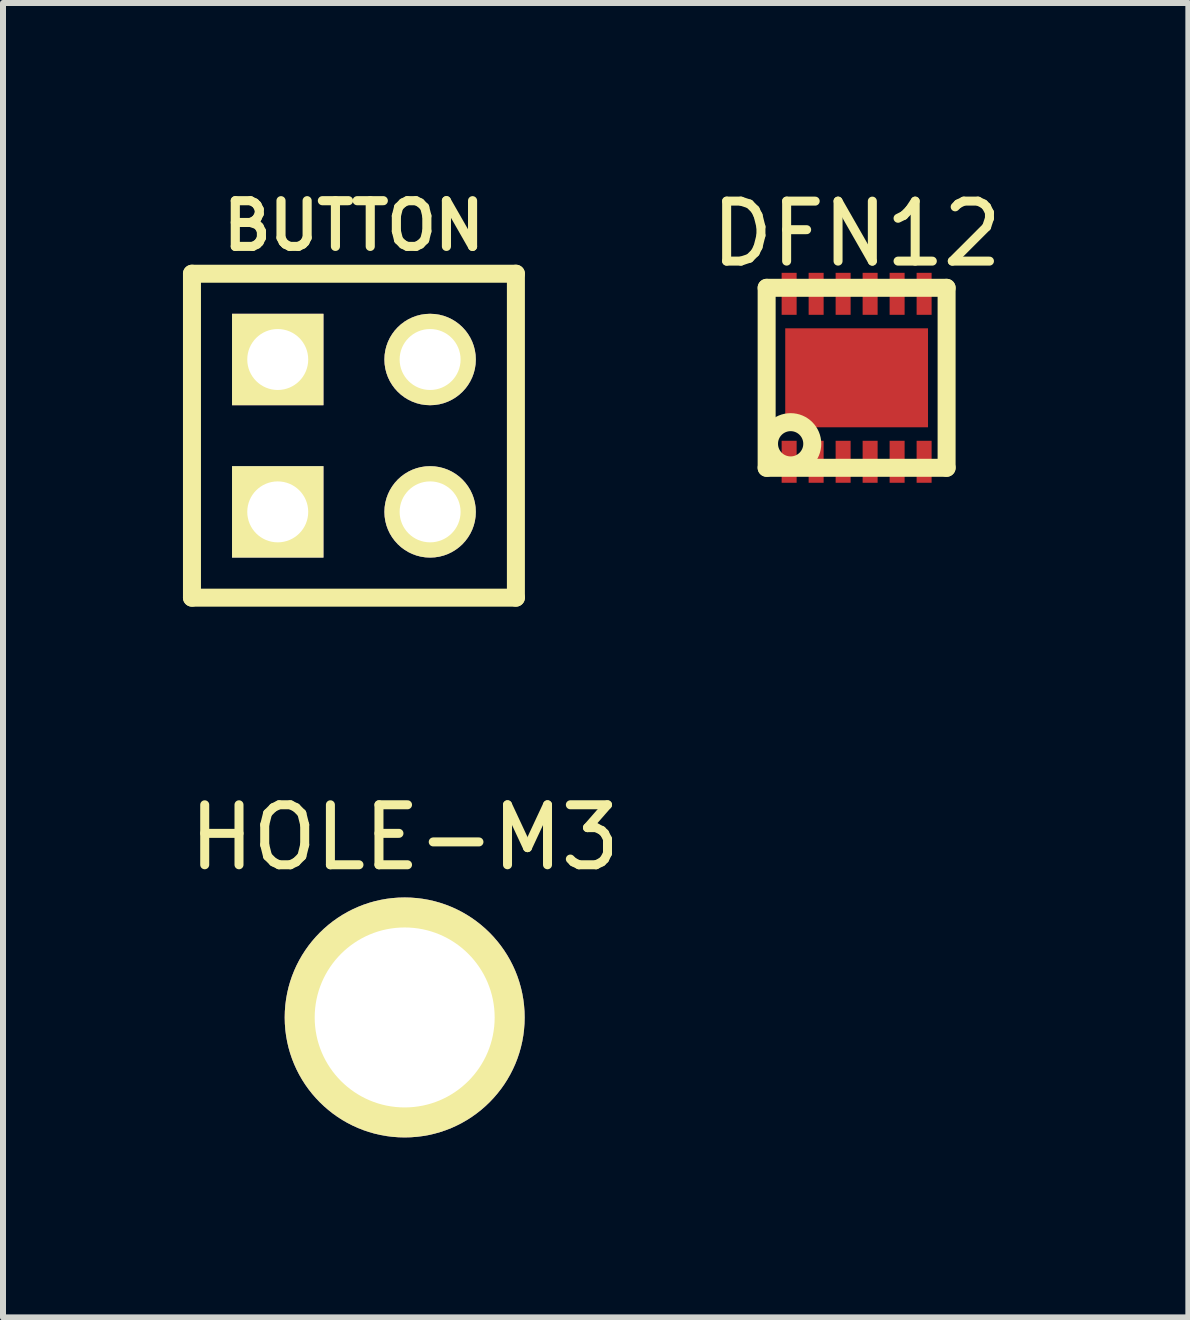
<source format=kicad_pcb>
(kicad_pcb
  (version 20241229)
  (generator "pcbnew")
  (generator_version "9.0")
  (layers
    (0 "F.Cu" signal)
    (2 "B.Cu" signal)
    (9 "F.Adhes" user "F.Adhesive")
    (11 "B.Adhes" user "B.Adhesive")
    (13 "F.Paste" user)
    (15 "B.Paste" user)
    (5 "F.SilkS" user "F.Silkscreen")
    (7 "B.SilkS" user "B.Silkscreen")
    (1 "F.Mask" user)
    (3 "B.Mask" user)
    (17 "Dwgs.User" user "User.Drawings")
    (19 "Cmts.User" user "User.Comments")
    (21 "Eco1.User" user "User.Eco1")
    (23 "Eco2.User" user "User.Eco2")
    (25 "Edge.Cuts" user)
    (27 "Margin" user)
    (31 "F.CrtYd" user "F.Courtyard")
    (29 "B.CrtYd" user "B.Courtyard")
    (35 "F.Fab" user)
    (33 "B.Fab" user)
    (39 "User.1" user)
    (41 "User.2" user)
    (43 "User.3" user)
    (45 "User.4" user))
  (footprint "BUTTON"
    (layer "F.Cu")
    (at 2.85 4.213)
    (property "Reference" "BUTTON" (at 0 -3.5 0) (layer "F.SilkS") (effects (font (size 0.762 0.762) (thickness 0.152))))
    (attr through_hole)
    (fp_line (start -2.7 -2.7) (end 2.7 -2.7) (stroke (width 0.3) (type solid)) (layer "F.SilkS"))
    (fp_line (start -2.7 2.7) (end -2.7 -2.7) (stroke (width 0.3) (type solid)) (layer "F.SilkS"))
    (fp_line (start 2.7 -2.7) (end 2.7 2.7) (stroke (width 0.3) (type solid)) (layer "F.SilkS"))
    (fp_line (start 2.7 2.7) (end -2.7 2.7) (stroke (width 0.3) (type solid)) (layer "F.SilkS"))
    (pad "1" thru_hole rect (at -1.27 -1.27) (size 1.524 1.524) (drill 1.016) (layers "*.Cu" "*.Mask" "F.SilkS"))
    (pad "1" thru_hole rect (at -1.27 1.27) (size 1.524 1.524) (drill 1.016) (layers "*.Cu" "*.Mask" "F.SilkS"))
    (pad "2" thru_hole circle (at 1.27 -1.27) (size 1.524 1.524) (drill 1.016) (layers "*.Cu" "*.Mask" "F.SilkS"))
    (pad "2" thru_hole circle (at 1.27 1.27) (size 1.524 1.524) (drill 1.016) (layers "*.Cu" "*.Mask" "F.SilkS")))
  (footprint "DFN12"
    (layer "F.Cu")
    (at 11.23 3.248)
    (property "Reference" "DFN12" (at 0 -2.4 0) (layer "F.SilkS") (effects (font (size 1 1) (thickness 0.15))))
    (attr through_hole)
    (fp_line (start -1.5 -1.5) (end -1.5 1.5) (stroke (width 0.3) (type solid)) (layer "F.SilkS"))
    (fp_line (start -1.5 1.5) (end 1.5 1.5) (stroke (width 0.3) (type solid)) (layer "F.SilkS"))
    (fp_line (start 1.5 -1.5) (end -1.5 -1.5) (stroke (width 0.3) (type solid)) (layer "F.SilkS"))
    (fp_line (start 1.5 1.5) (end 1.5 -1.5) (stroke (width 0.3) (type solid)) (layer "F.SilkS"))
    (fp_circle (center -1.1 1.1) (end -0.8 0.9) (stroke (width 0.3) (type solid)) (fill no) (layer "F.SilkS"))
    (pad "1" smd rect (at -1.125 1.4) (size 0.25 0.7) (layers "F.Cu" "F.Mask" "F.Paste"))
    (pad "2" smd rect (at -0.675 1.4) (size 0.25 0.7) (layers "F.Cu" "F.Mask" "F.Paste"))
    (pad "3" smd rect (at -0.225 1.4) (size 0.25 0.7) (layers "F.Cu" "F.Mask" "F.Paste"))
    (pad "4" smd rect (at 0.225 1.4) (size 0.25 0.7) (layers "F.Cu" "F.Mask" "F.Paste"))
    (pad "5" smd rect (at 0.675 1.4) (size 0.25 0.7) (layers "F.Cu" "F.Mask" "F.Paste"))
    (pad "6" smd rect (at 1.125 1.4) (size 0.25 0.7) (layers "F.Cu" "F.Mask" "F.Paste"))
    (pad "7" smd rect (at 1.125 -1.4) (size 0.25 0.7) (layers "F.Cu" "F.Mask" "F.Paste"))
    (pad "8" smd rect (at 0.675 -1.4) (size 0.25 0.7) (layers "F.Cu" "F.Mask" "F.Paste"))
    (pad "9" smd rect (at 0.225 -1.4) (size 0.25 0.7) (layers "F.Cu" "F.Mask" "F.Paste"))
    (pad "10" smd rect (at -0.225 -1.4) (size 0.25 0.7) (layers "F.Cu" "F.Mask" "F.Paste"))
    (pad "11" smd rect (at -0.675 -1.4) (size 0.25 0.7) (layers "F.Cu" "F.Mask" "F.Paste"))
    (pad "12" smd rect (at -1.125 -1.4) (size 0.25 0.7) (layers "F.Cu" "F.Mask" "F.Paste"))
    (pad "13" smd rect (at 0 0) (size 2.38 1.65) (layers "F.Cu" "F.Mask" "F.Paste")))
  (footprint "HOLE-M3"
    (layer "F.Cu")
    (at 3.696 13.911)
    (property "Reference" "HOLE-M3" (at 0 -3 0) (layer "F.SilkS") (effects (font (size 1 1) (thickness 0.15))))
    (attr through_hole)
    (pad "1" thru_hole circle (at 0 0) (size 4 4) (drill 3) (layers "*.Cu" "*.Mask" "F.SilkS")))
  (gr_rect
    (start -3 -3)
    (end 16.76 18.911)
    (stroke (width 0.1) (type default))
    (fill no)
    (layer "Edge.Cuts")))
</source>
